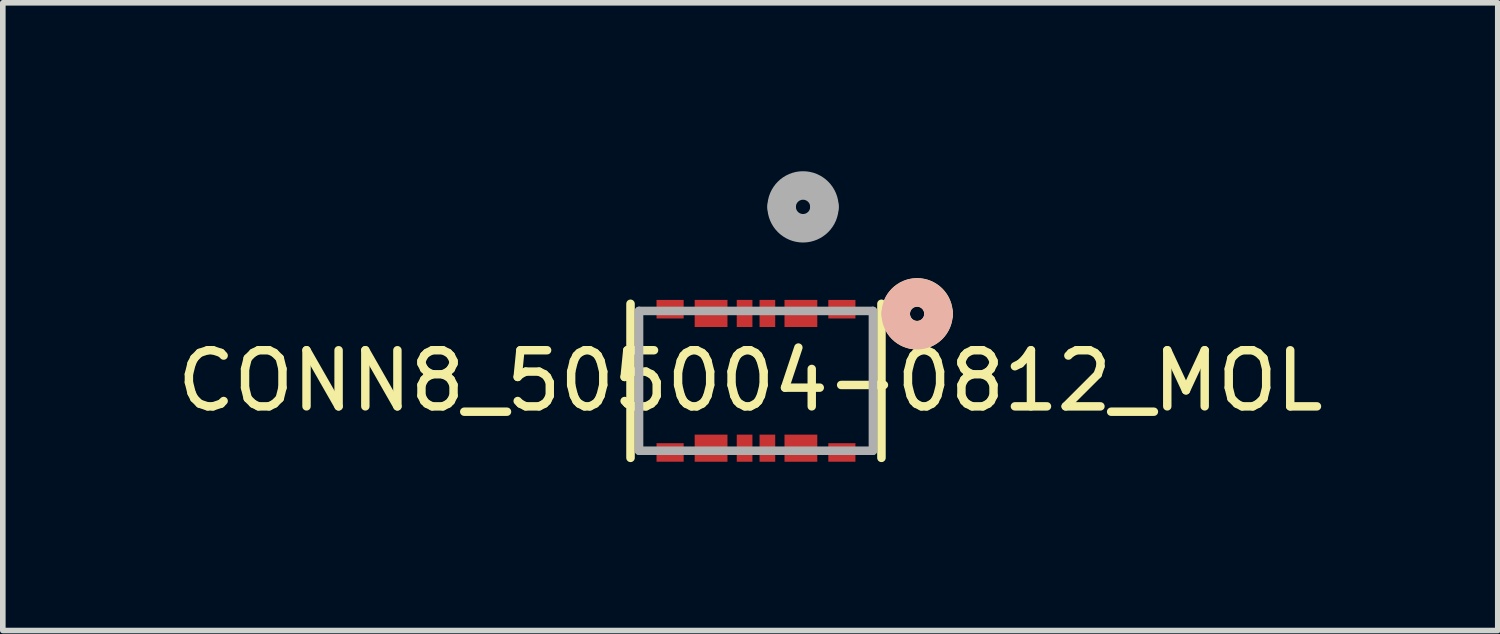
<source format=kicad_pcb>
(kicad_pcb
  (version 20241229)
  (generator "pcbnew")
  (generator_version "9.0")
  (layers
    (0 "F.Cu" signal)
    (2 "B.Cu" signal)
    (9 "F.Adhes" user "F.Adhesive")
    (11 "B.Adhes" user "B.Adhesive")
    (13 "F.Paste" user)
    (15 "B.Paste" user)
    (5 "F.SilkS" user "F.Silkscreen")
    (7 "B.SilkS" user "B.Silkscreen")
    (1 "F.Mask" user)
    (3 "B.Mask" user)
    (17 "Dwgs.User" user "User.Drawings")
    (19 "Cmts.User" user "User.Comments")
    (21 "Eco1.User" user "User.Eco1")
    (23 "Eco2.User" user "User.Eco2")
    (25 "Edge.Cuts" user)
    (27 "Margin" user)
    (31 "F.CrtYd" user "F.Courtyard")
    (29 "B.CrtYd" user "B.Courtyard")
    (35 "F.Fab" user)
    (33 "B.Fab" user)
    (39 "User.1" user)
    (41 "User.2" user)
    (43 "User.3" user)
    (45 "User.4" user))
  (footprint "CONN8_505004-0812_MOL"
    (layer "F.Cu")
    (at 10.417 3.734)
    (property "Reference" "CONN8_505004-0812_MOL" (at -0.102 0 0) (layer "F.SilkS") (effects (font (size 1 1) (thickness 0.15))))
    (attr smd)
    (fp_line (start -2.235 1.372) (end -2.235 -1.372) (stroke (width 0.152) (type solid)) (layer "F.SilkS"))
    (fp_line (start 2.235 -1.372) (end 2.235 1.372) (stroke (width 0.152) (type solid)) (layer "F.SilkS"))
    (fp_arc (start 2.4892 -1.1938) (mid 2.8702 -1.5748) (end 3.2512 -1.1938) (stroke (width 0.508) (type solid)) (layer "F.SilkS"))
    (fp_arc (start 3.2512 -1.1938) (mid 2.8702 -0.8128) (end 2.4892 -1.1938) (stroke (width 0.508) (type solid)) (layer "F.SilkS"))
    (fp_arc (start 2.4892 -1.1938) (mid 2.8702 -1.5748) (end 3.2512 -1.1938) (stroke (width 0.508) (type solid)) (layer "B.SilkS"))
    (fp_arc (start 3.2512 -1.1938) (mid 2.8702 -0.8128) (end 2.4892 -1.1938) (stroke (width 0.508) (type solid)) (layer "B.SilkS"))
    (fp_line (start -2.083 -1.245) (end -2.083 1.245) (stroke (width 0.152) (type solid)) (layer "F.Fab"))
    (fp_line (start -2.083 1.245) (end 2.083 1.245) (stroke (width 0.152) (type solid)) (layer "F.Fab"))
    (fp_line (start 2.083 -1.245) (end -2.083 -1.245) (stroke (width 0.152) (type solid)) (layer "F.Fab"))
    (fp_line (start 2.083 1.245) (end 2.083 -1.245) (stroke (width 0.152) (type solid)) (layer "F.Fab"))
    (fp_arc (start 0.4572 -3.0988) (mid 0.8382 -3.4798) (end 1.2192 -3.0988) (stroke (width 0.508) (type solid)) (layer "F.Fab"))
    (fp_arc (start 1.2192 -3.0988) (mid 0.8382 -2.7178) (end 0.4572 -3.0988) (stroke (width 0.508) (type solid)) (layer "F.Fab"))
    (pad "1" smd rect (at 0.8 -1.2) (size 0.584 0.483) (layers "F.Cu" "F.Mask" "F.Paste"))
    (pad "2" smd rect (at 0.203 -1.2) (size 0.279 0.483) (layers "F.Cu" "F.Mask" "F.Paste"))
    (pad "3" smd rect (at -0.203 -1.2) (size 0.279 0.483) (layers "F.Cu" "F.Mask" "F.Paste"))
    (pad "4" smd rect (at -0.8 -1.2) (size 0.584 0.483) (layers "F.Cu" "F.Mask" "F.Paste"))
    (pad "5" smd rect (at 0.8 1.2) (size 0.584 0.483) (layers "F.Cu" "F.Mask" "F.Paste"))
    (pad "6" smd rect (at 0.203 1.2) (size 0.279 0.483) (layers "F.Cu" "F.Mask" "F.Paste"))
    (pad "7" smd rect (at -0.203 1.2) (size 0.279 0.483) (layers "F.Cu" "F.Mask" "F.Paste"))
    (pad "8" smd rect (at -0.8 1.2) (size 0.584 0.483) (layers "F.Cu" "F.Mask" "F.Paste"))
    (pad "9" smd rect (at 1.53 -1.276) (size 0.483 0.33) (layers "F.Cu" "F.Mask" "F.Paste"))
    (pad "10" smd rect (at -1.53 -1.276) (size 0.483 0.33) (layers "F.Cu" "F.Mask" "F.Paste"))
    (pad "11" smd rect (at 1.53 1.276) (size 0.483 0.33) (layers "F.Cu" "F.Mask" "F.Paste"))
    (pad "12" smd rect (at -1.53 1.276) (size 0.483 0.33) (layers "F.Cu" "F.Mask" "F.Paste")))
  (gr_rect
    (start -3 -3)
    (end 23.631 8.182)
    (stroke (width 0.1) (type default))
    (fill no)
    (layer "Edge.Cuts")))
</source>
